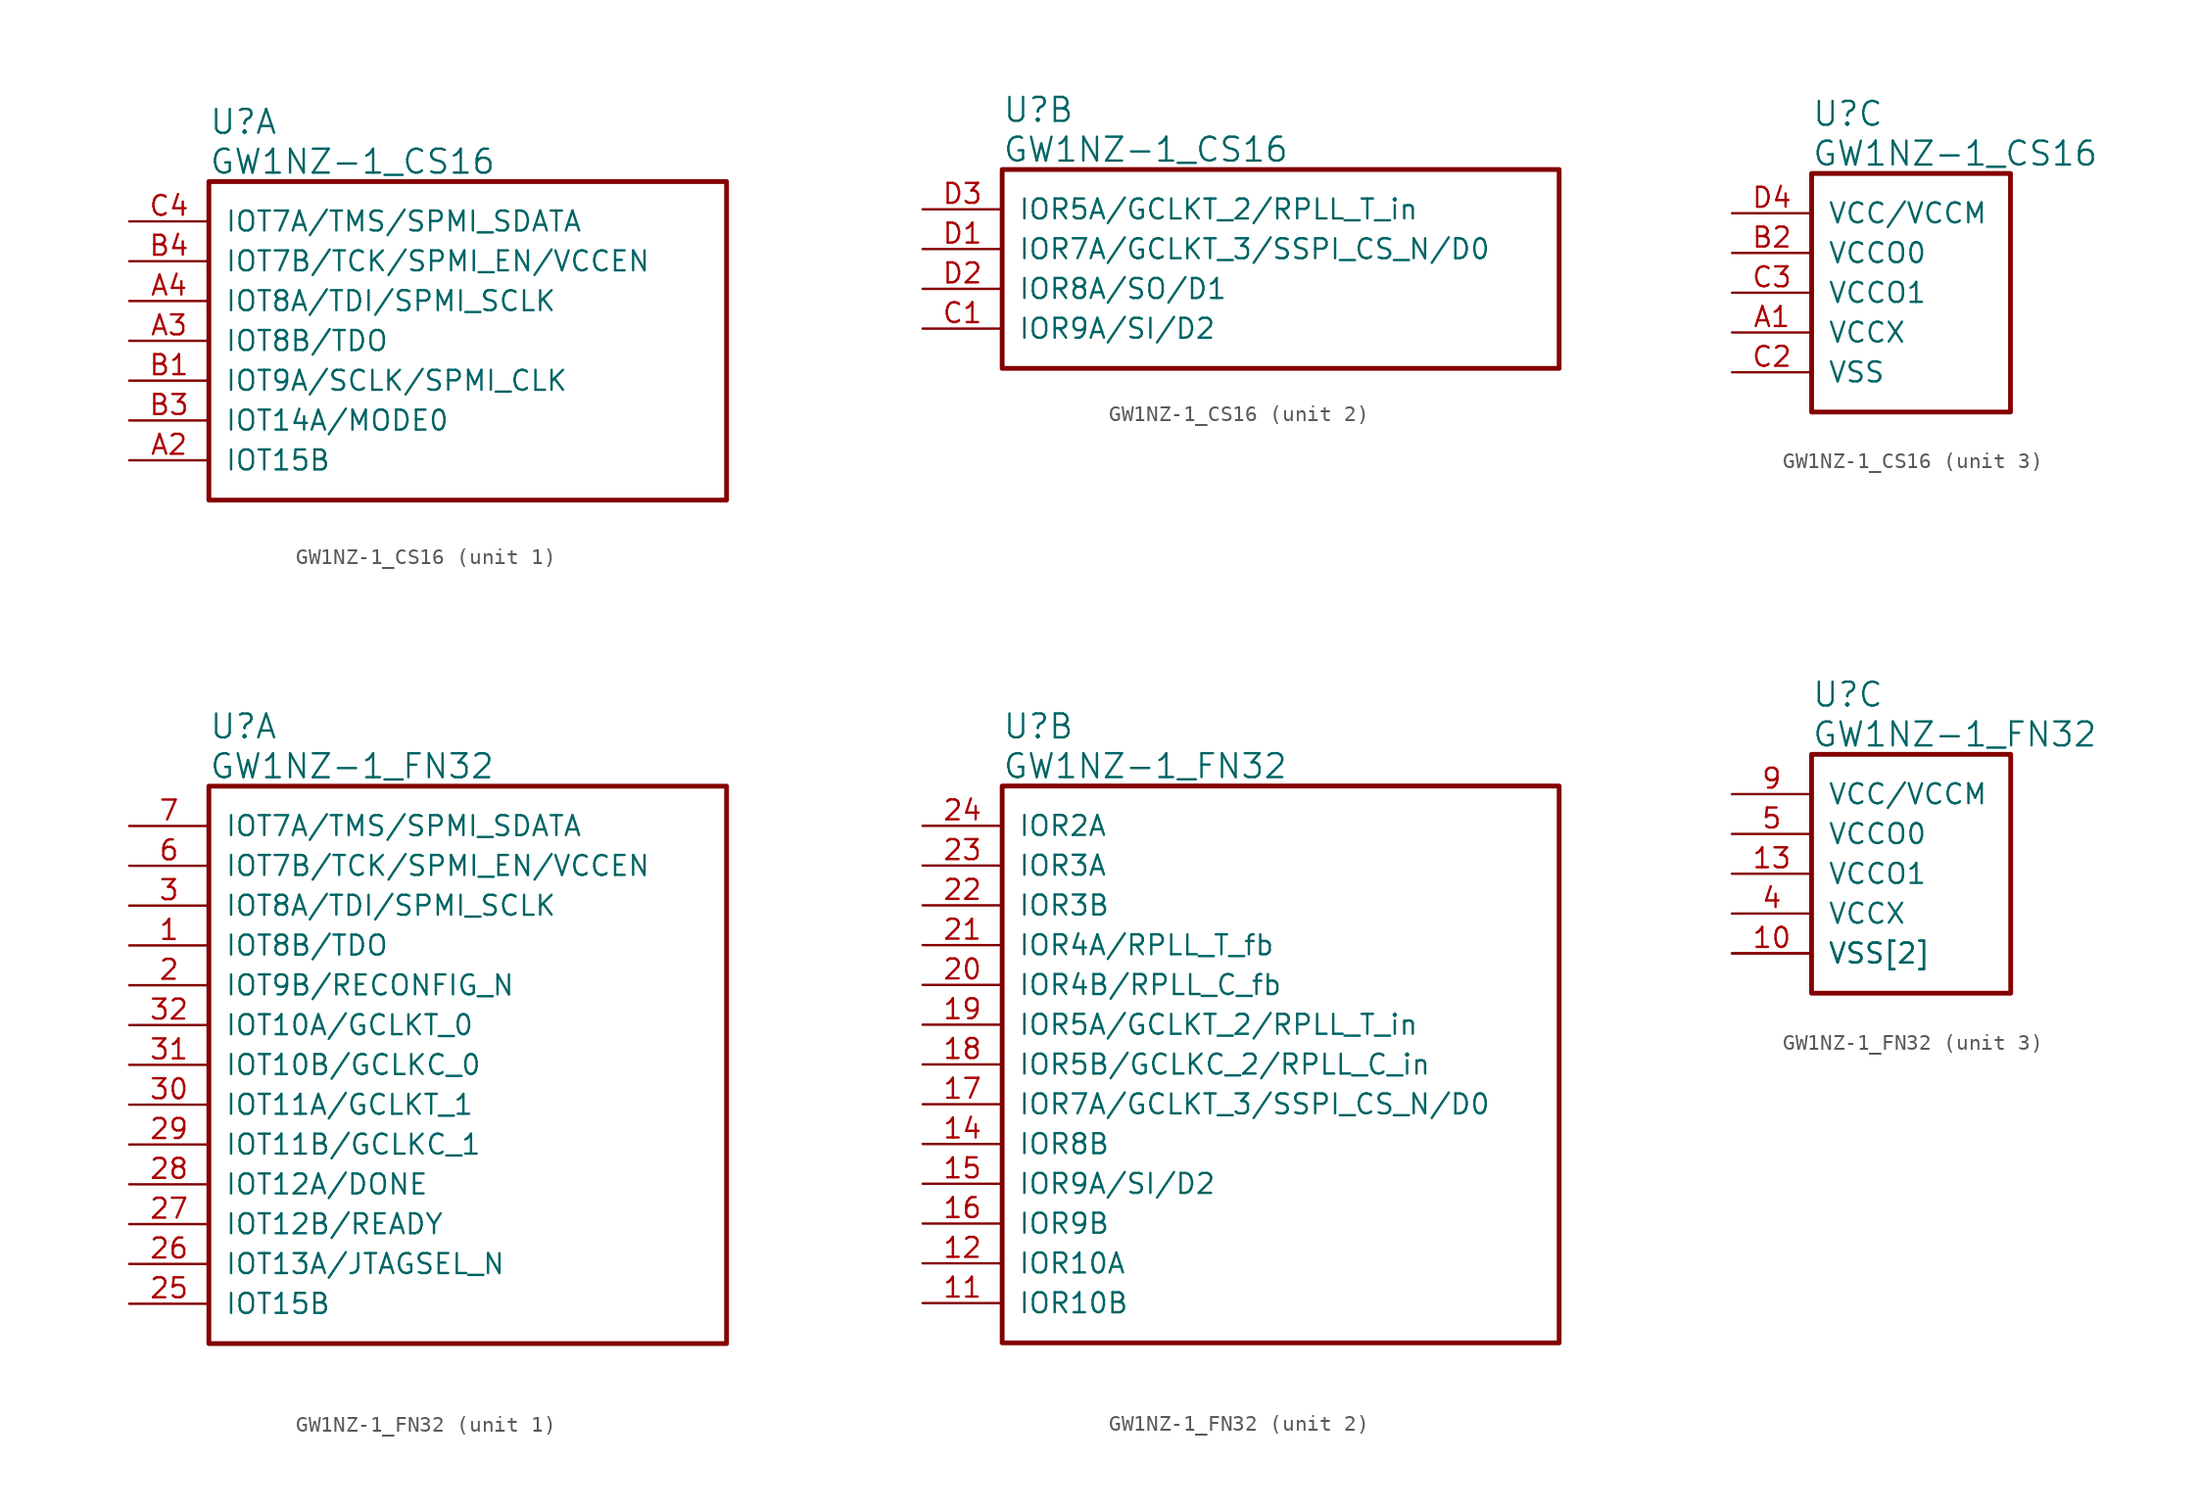
<source format=kicad_sym>
(kicad_symbol_lib
  (version 20241209)
  (generator "kicad_symbol_editor")
  (generator_version "9.0")
  (symbol "GW1NZ-1_CS16"
    (pin_names
      (offset 1.016))
    (property "Reference" "U"
      (at 5.08 6.35 0)
      (effects (font (size 1.524 1.524)) (justify left)))
    (property "Value" "GW1NZ-1_CS16"
      (at 5.08 3.81 0)
      (effects (font (size 1.524 1.524)) (justify left)))
    (property "ki_locked" ""
      (at 0 0 0)
      (effects (font (size 1.27 1.27))))
    (symbol "GW1NZ-1_CS16_1_1"
      (rectangle (start 5.08 2.54) (end 38.1 -17.78) (stroke (width 0.305) (type solid)) (fill (type none)))
      (pin bidirectional line (at 0 0 0) (length 5.08) (name "IOT7A/TMS/SPMI_SDATA" (effects (font (size 1.27 1.27)))) (number "C4" (effects (font (size 1.27 1.27)))))
      (pin bidirectional line (at 0 -2.54 0) (length 5.08) (name "IOT7B/TCK/SPMI_EN/VCCEN" (effects (font (size 1.27 1.27)))) (number "B4" (effects (font (size 1.27 1.27)))))
      (pin bidirectional line (at 0 -5.08 0) (length 5.08) (name "IOT8A/TDI/SPMI_SCLK" (effects (font (size 1.27 1.27)))) (number "A4" (effects (font (size 1.27 1.27)))))
      (pin bidirectional line (at 0 -7.62 0) (length 5.08) (name "IOT8B/TDO" (effects (font (size 1.27 1.27)))) (number "A3" (effects (font (size 1.27 1.27)))))
      (pin bidirectional line (at 0 -10.16 0) (length 5.08) (name "IOT9A/SCLK/SPMI_CLK" (effects (font (size 1.27 1.27)))) (number "B1" (effects (font (size 1.27 1.27)))))
      (pin bidirectional line (at 0 -12.7 0) (length 5.08) (name "IOT14A/MODE0" (effects (font (size 1.27 1.27)))) (number "B3" (effects (font (size 1.27 1.27)))))
      (pin bidirectional line (at 0 -15.24 0) (length 5.08) (name "IOT15B" (effects (font (size 1.27 1.27)))) (number "A2" (effects (font (size 1.27 1.27))))))
    (symbol "GW1NZ-1_CS16_2_1"
      (rectangle (start 5.08 2.54) (end 40.64 -10.16) (stroke (width 0.305) (type solid)) (fill (type none)))
      (pin bidirectional line (at 0 0 0) (length 5.08) (name "IOR5A/GCLKT_2/RPLL_T_in" (effects (font (size 1.27 1.27)))) (number "D3" (effects (font (size 1.27 1.27)))))
      (pin bidirectional line (at 0 -2.54 0) (length 5.08) (name "IOR7A/GCLKT_3/SSPI_CS_N/D0" (effects (font (size 1.27 1.27)))) (number "D1" (effects (font (size 1.27 1.27)))))
      (pin bidirectional line (at 0 -5.08 0) (length 5.08) (name "IOR8A/SO/D1" (effects (font (size 1.27 1.27)))) (number "D2" (effects (font (size 1.27 1.27)))))
      (pin bidirectional line (at 0 -7.62 0) (length 5.08) (name "IOR9A/SI/D2" (effects (font (size 1.27 1.27)))) (number "C1" (effects (font (size 1.27 1.27))))))
    (symbol "GW1NZ-1_CS16_3_1"
      (rectangle (start 5.08 2.54) (end 17.78 -12.7) (stroke (width 0.305) (type solid)) (fill (type none)))
      (pin power_in line (at 0 0 0) (length 5.08) (name "VCC/VCCM" (effects (font (size 1.27 1.27)))) (number "D4" (effects (font (size 1.27 1.27)))))
      (pin power_in line (at 0 -2.54 0) (length 5.08) (name "VCCO0" (effects (font (size 1.27 1.27)))) (number "B2" (effects (font (size 1.27 1.27)))))
      (pin power_in line (at 0 -5.08 0) (length 5.08) (name "VCCO1" (effects (font (size 1.27 1.27)))) (number "C3" (effects (font (size 1.27 1.27)))))
      (pin power_in line (at 0 -7.62 0) (length 5.08) (name "VCCX" (effects (font (size 1.27 1.27)))) (number "A1" (effects (font (size 1.27 1.27)))))
      (pin power_in line (at 0 -10.16 0) (length 5.08) (name "VSS" (effects (font (size 1.27 1.27)))) (number "C2" (effects (font (size 1.27 1.27)))))))
  (symbol "GW1NZ-1_FN32"
    (pin_names
      (offset 1.016))
    (property "Reference" "U"
      (at 5.08 6.35 0)
      (effects (font (size 1.524 1.524)) (justify left)))
    (property "Value" "GW1NZ-1_FN32"
      (at 5.08 3.81 0)
      (effects (font (size 1.524 1.524)) (justify left)))
    (property "ki_locked" ""
      (at 0 0 0)
      (effects (font (size 1.27 1.27))))
    (symbol "GW1NZ-1_FN32_1_1"
      (rectangle (start 5.08 2.54) (end 38.1 -33.02) (stroke (width 0.305) (type solid)) (fill (type none)))
      (pin bidirectional line (at 0 0 0) (length 5.08) (name "IOT7A/TMS/SPMI_SDATA" (effects (font (size 1.27 1.27)))) (number "7" (effects (font (size 1.27 1.27)))))
      (pin bidirectional line (at 0 -2.54 0) (length 5.08) (name "IOT7B/TCK/SPMI_EN/VCCEN" (effects (font (size 1.27 1.27)))) (number "6" (effects (font (size 1.27 1.27)))))
      (pin bidirectional line (at 0 -5.08 0) (length 5.08) (name "IOT8A/TDI/SPMI_SCLK" (effects (font (size 1.27 1.27)))) (number "3" (effects (font (size 1.27 1.27)))))
      (pin bidirectional line (at 0 -7.62 0) (length 5.08) (name "IOT8B/TDO" (effects (font (size 1.27 1.27)))) (number "1" (effects (font (size 1.27 1.27)))))
      (pin bidirectional line (at 0 -10.16 0) (length 5.08) (name "IOT9B/RECONFIG_N" (effects (font (size 1.27 1.27)))) (number "2" (effects (font (size 1.27 1.27)))))
      (pin bidirectional line (at 0 -12.7 0) (length 5.08) (name "IOT10A/GCLKT_0" (effects (font (size 1.27 1.27)))) (number "32" (effects (font (size 1.27 1.27)))))
      (pin bidirectional line (at 0 -15.24 0) (length 5.08) (name "IOT10B/GCLKC_0" (effects (font (size 1.27 1.27)))) (number "31" (effects (font (size 1.27 1.27)))))
      (pin bidirectional line (at 0 -17.78 0) (length 5.08) (name "IOT11A/GCLKT_1" (effects (font (size 1.27 1.27)))) (number "30" (effects (font (size 1.27 1.27)))))
      (pin bidirectional line (at 0 -20.32 0) (length 5.08) (name "IOT11B/GCLKC_1" (effects (font (size 1.27 1.27)))) (number "29" (effects (font (size 1.27 1.27)))))
      (pin bidirectional line (at 0 -22.86 0) (length 5.08) (name "IOT12A/DONE" (effects (font (size 1.27 1.27)))) (number "28" (effects (font (size 1.27 1.27)))))
      (pin bidirectional line (at 0 -25.4 0) (length 5.08) (name "IOT12B/READY" (effects (font (size 1.27 1.27)))) (number "27" (effects (font (size 1.27 1.27)))))
      (pin bidirectional line (at 0 -27.94 0) (length 5.08) (name "IOT13A/JTAGSEL_N" (effects (font (size 1.27 1.27)))) (number "26" (effects (font (size 1.27 1.27)))))
      (pin bidirectional line (at 0 -30.48 0) (length 5.08) (name "IOT15B" (effects (font (size 1.27 1.27)))) (number "25" (effects (font (size 1.27 1.27))))))
    (symbol "GW1NZ-1_FN32_2_1"
      (rectangle (start 5.08 2.54) (end 40.64 -33.02) (stroke (width 0.305) (type solid)) (fill (type none)))
      (pin bidirectional line (at 0 0 0) (length 5.08) (name "IOR2A" (effects (font (size 1.27 1.27)))) (number "24" (effects (font (size 1.27 1.27)))))
      (pin bidirectional line (at 0 -2.54 0) (length 5.08) (name "IOR3A" (effects (font (size 1.27 1.27)))) (number "23" (effects (font (size 1.27 1.27)))))
      (pin bidirectional line (at 0 -5.08 0) (length 5.08) (name "IOR3B" (effects (font (size 1.27 1.27)))) (number "22" (effects (font (size 1.27 1.27)))))
      (pin bidirectional line (at 0 -7.62 0) (length 5.08) (name "IOR4A/RPLL_T_fb" (effects (font (size 1.27 1.27)))) (number "21" (effects (font (size 1.27 1.27)))))
      (pin bidirectional line (at 0 -10.16 0) (length 5.08) (name "IOR4B/RPLL_C_fb" (effects (font (size 1.27 1.27)))) (number "20" (effects (font (size 1.27 1.27)))))
      (pin bidirectional line (at 0 -12.7 0) (length 5.08) (name "IOR5A/GCLKT_2/RPLL_T_in" (effects (font (size 1.27 1.27)))) (number "19" (effects (font (size 1.27 1.27)))))
      (pin bidirectional line (at 0 -15.24 0) (length 5.08) (name "IOR5B/GCLKC_2/RPLL_C_in" (effects (font (size 1.27 1.27)))) (number "18" (effects (font (size 1.27 1.27)))))
      (pin bidirectional line (at 0 -17.78 0) (length 5.08) (name "IOR7A/GCLKT_3/SSPI_CS_N/D0" (effects (font (size 1.27 1.27)))) (number "17" (effects (font (size 1.27 1.27)))))
      (pin bidirectional line (at 0 -20.32 0) (length 5.08) (name "IOR8B" (effects (font (size 1.27 1.27)))) (number "14" (effects (font (size 1.27 1.27)))))
      (pin bidirectional line (at 0 -22.86 0) (length 5.08) (name "IOR9A/SI/D2" (effects (font (size 1.27 1.27)))) (number "15" (effects (font (size 1.27 1.27)))))
      (pin bidirectional line (at 0 -25.4 0) (length 5.08) (name "IOR9B" (effects (font (size 1.27 1.27)))) (number "16" (effects (font (size 1.27 1.27)))))
      (pin bidirectional line (at 0 -27.94 0) (length 5.08) (name "IOR10A" (effects (font (size 1.27 1.27)))) (number "12" (effects (font (size 1.27 1.27)))))
      (pin bidirectional line (at 0 -30.48 0) (length 5.08) (name "IOR10B" (effects (font (size 1.27 1.27)))) (number "11" (effects (font (size 1.27 1.27))))))
    (symbol "GW1NZ-1_FN32_3_1"
      (rectangle (start 5.08 2.54) (end 17.78 -12.7) (stroke (width 0.305) (type solid)) (fill (type none)))
      (pin power_in line (at 0 0 0) (length 5.08) (name "VCC/VCCM" (effects (font (size 1.27 1.27)))) (number "9" (effects (font (size 1.27 1.27)))))
      (pin power_in line (at 0 -2.54 0) (length 5.08) (name "VCCO0" (effects (font (size 1.27 1.27)))) (number "5" (effects (font (size 1.27 1.27)))))
      (pin power_in line (at 0 -5.08 0) (length 5.08) (name "VCCO1" (effects (font (size 1.27 1.27)))) (number "13" (effects (font (size 1.27 1.27)))))
      (pin power_in line (at 0 -7.62 0) (length 5.08) (name "VCCX" (effects (font (size 1.27 1.27)))) (number "4" (effects (font (size 1.27 1.27)))))
      (pin power_in line (at 0 -10.16 0) (length 5.08) (name "VSS[2]" (effects (font (size 1.27 1.27)))) (number "10" (effects (font (size 1.27 1.27)))))
      (pin power_in line (at 0 -10.16 0) (length 5.08) (name "VSS[2]" (effects (font (size 1.27 1.27)))) (number "8" (effects (font (size 0 0))))))))
</source>
